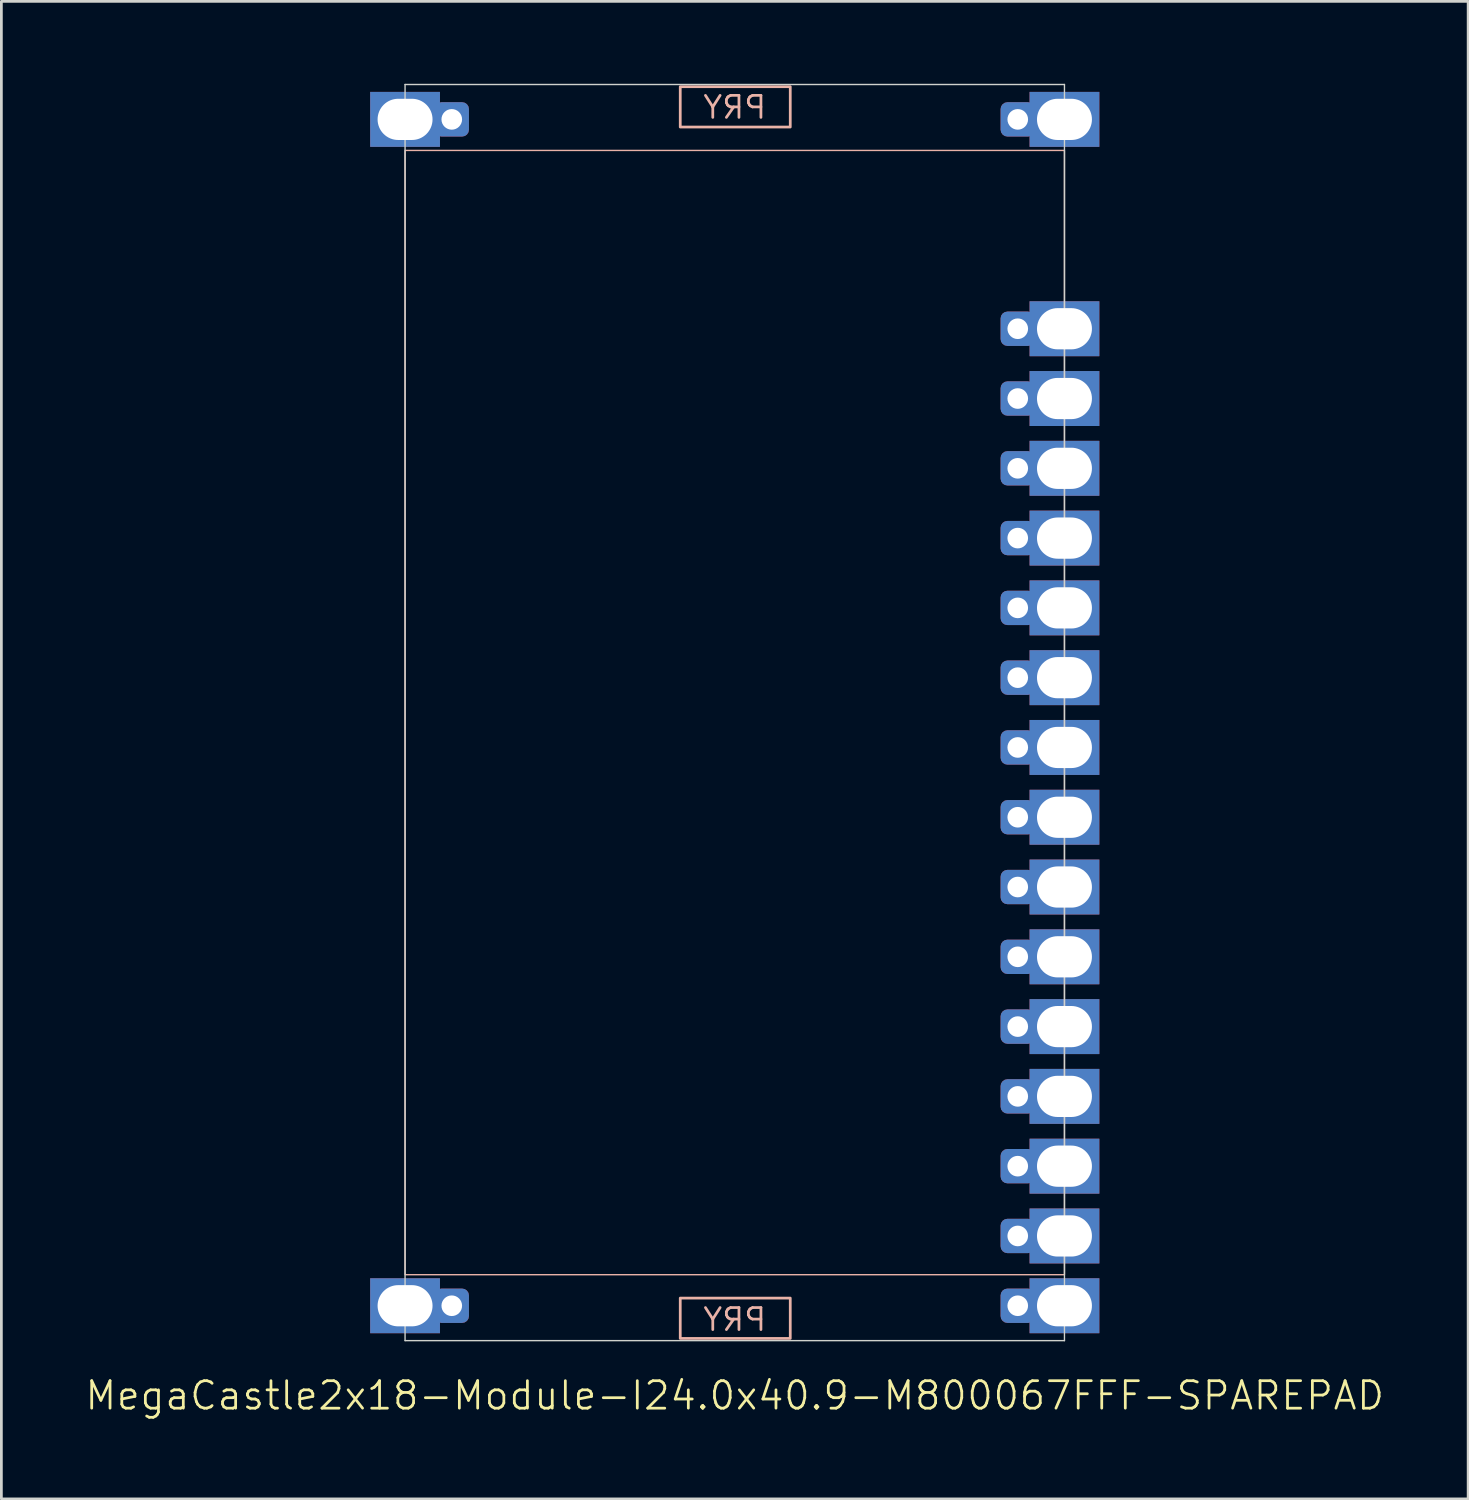
<source format=kicad_pcb>
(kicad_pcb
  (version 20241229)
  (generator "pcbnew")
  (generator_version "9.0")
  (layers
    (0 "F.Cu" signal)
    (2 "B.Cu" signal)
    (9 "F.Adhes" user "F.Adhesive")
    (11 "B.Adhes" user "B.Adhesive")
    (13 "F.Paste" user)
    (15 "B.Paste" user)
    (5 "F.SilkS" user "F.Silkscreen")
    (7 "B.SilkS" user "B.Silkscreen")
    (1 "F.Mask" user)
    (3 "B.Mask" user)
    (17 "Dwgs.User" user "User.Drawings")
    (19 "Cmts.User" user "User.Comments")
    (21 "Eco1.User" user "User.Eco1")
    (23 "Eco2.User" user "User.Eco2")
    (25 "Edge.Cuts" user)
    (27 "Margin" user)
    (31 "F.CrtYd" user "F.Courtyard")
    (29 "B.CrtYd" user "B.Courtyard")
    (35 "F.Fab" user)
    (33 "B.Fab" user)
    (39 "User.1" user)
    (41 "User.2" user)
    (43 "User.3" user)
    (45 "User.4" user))
  (footprint "MegaCastle2x18-Module-I24.0x40.9-M800067FFF-SPAREPAD"
    (layer "F.Cu")
    (at 23.693 22.885)
    (property "Reference" "MegaCastle2x18-Module-I24.0x40.9-M800067FFF-SPAREPAD" (at 0 24.86 0) (unlocked yes) (layer "F.SilkS") (effects (font (size 1 1) (thickness 0.1))))
    (attr smd)
    (fp_rect (start -12 20.46) (end 12 -20.46) (stroke (width 0.05) (type default)) (fill no) (layer "B.SilkS"))
    (fp_rect (start -1.984 -21.311) (end 2.02 -22.78) (stroke (width 0.1) (type default)) (fill no) (layer "B.SilkS"))
    (fp_rect (start -1.984 21.311) (end 2.02 22.78) (stroke (width 0.1) (type default)) (fill no) (layer "B.SilkS"))
    (fp_line (start -12 -22.86) (end -12 22.86) (stroke (width 0.05) (type default)) (layer "Edge.Cuts"))
    (fp_line (start -12 -22.86) (end 12 -22.86) (stroke (width 0.05) (type default)) (layer "Edge.Cuts"))
    (fp_line (start -12 22.86) (end 12 22.86) (stroke (width 0.05) (type default)) (layer "Edge.Cuts"))
    (fp_line (start 12 -22.86) (end 12 22.86) (stroke (width 0.05) (type default)) (layer "Edge.Cuts"))
    (fp_text user "PRY" (at 0 22.56 0) (unlocked yes) (layer "B.SilkS") (effects (font (size 0.8 0.8) (thickness 0.1)) (justify bottom mirror)))
    (fp_text user "PRY" (at 0 -21.56 0) (unlocked yes) (layer "B.SilkS") (effects (font (size 0.8 0.8) (thickness 0.1)) (justify bottom mirror)))
    (pad "1" thru_hole rect (at -12 -21.59) (size 2.54 2) (drill oval 2 1.5) (property pad_prop_castellated) (layers "*.Cu" "*.Mask"))
    (pad "1" thru_hole roundrect (at -10.3 -21.59 180) (size 1.25 1.25) (drill 0.75) (layers "*.Cu" "*.Mask") (roundrect_rratio 0.2))
    (pad "18" thru_hole rect (at -12 21.59) (size 2.54 2) (drill oval 2 1.5) (property pad_prop_castellated) (layers "*.Cu" "*.Mask"))
    (pad "18" thru_hole roundrect (at -10.3 21.59 180) (size 1.25 1.25) (drill 0.75) (layers "*.Cu" "*.Mask") (roundrect_rratio 0.2))
    (pad "19" thru_hole roundrect (at 10.3 -21.59 180) (size 1.25 1.25) (drill 0.75) (layers "*.Cu" "*.Mask") (roundrect_rratio 0.2))
    (pad "19" thru_hole rect (at 12 -21.59) (size 2.54 2) (drill oval 2 1.5) (property pad_prop_castellated) (layers "*.Cu" "*.Mask"))
    (pad "22" thru_hole roundrect (at 10.3 -13.97 180) (size 1.25 1.25) (drill 0.75) (layers "*.Cu" "*.Mask") (roundrect_rratio 0.2))
    (pad "22" thru_hole rect (at 12 -13.97) (size 2.54 2) (drill oval 2 1.5) (property pad_prop_castellated) (layers "*.Cu" "*.Mask"))
    (pad "23" thru_hole roundrect (at 10.3 -11.43 180) (size 1.25 1.25) (drill 0.75) (layers "*.Cu" "*.Mask") (roundrect_rratio 0.2))
    (pad "23" thru_hole rect (at 12 -11.43) (size 2.54 2) (drill oval 2 1.5) (property pad_prop_castellated) (layers "*.Cu" "*.Mask"))
    (pad "24" thru_hole roundrect (at 10.3 -8.89 180) (size 1.25 1.25) (drill 0.75) (layers "*.Cu" "*.Mask") (roundrect_rratio 0.2))
    (pad "24" thru_hole rect (at 12 -8.89) (size 2.54 2) (drill oval 2 1.5) (property pad_prop_castellated) (layers "*.Cu" "*.Mask"))
    (pad "25" thru_hole roundrect (at 10.3 -6.35 180) (size 1.25 1.25) (drill 0.75) (layers "*.Cu" "*.Mask") (roundrect_rratio 0.2))
    (pad "25" thru_hole rect (at 12 -6.35) (size 2.54 2) (drill oval 2 1.5) (property pad_prop_castellated) (layers "*.Cu" "*.Mask"))
    (pad "26" thru_hole roundrect (at 10.3 -3.81 180) (size 1.25 1.25) (drill 0.75) (layers "*.Cu" "*.Mask") (roundrect_rratio 0.2))
    (pad "26" thru_hole rect (at 12 -3.81) (size 2.54 2) (drill oval 2 1.5) (property pad_prop_castellated) (layers "*.Cu" "*.Mask"))
    (pad "27" thru_hole roundrect (at 10.3 -1.27 180) (size 1.25 1.25) (drill 0.75) (layers "*.Cu" "*.Mask") (roundrect_rratio 0.2))
    (pad "27" thru_hole rect (at 12 -1.27) (size 2.54 2) (drill oval 2 1.5) (property pad_prop_castellated) (layers "*.Cu" "*.Mask"))
    (pad "28" thru_hole roundrect (at 10.3 1.27 180) (size 1.25 1.25) (drill 0.75) (layers "*.Cu" "*.Mask") (roundrect_rratio 0.2))
    (pad "28" thru_hole rect (at 12 1.27) (size 2.54 2) (drill oval 2 1.5) (property pad_prop_castellated) (layers "*.Cu" "*.Mask"))
    (pad "29" thru_hole roundrect (at 10.3 3.81 180) (size 1.25 1.25) (drill 0.75) (layers "*.Cu" "*.Mask") (roundrect_rratio 0.2))
    (pad "29" thru_hole rect (at 12 3.81) (size 2.54 2) (drill oval 2 1.5) (property pad_prop_castellated) (layers "*.Cu" "*.Mask"))
    (pad "30" thru_hole roundrect (at 10.3 6.35 180) (size 1.25 1.25) (drill 0.75) (layers "*.Cu" "*.Mask") (roundrect_rratio 0.2))
    (pad "30" thru_hole rect (at 12 6.35) (size 2.54 2) (drill oval 2 1.5) (property pad_prop_castellated) (layers "*.Cu" "*.Mask"))
    (pad "31" thru_hole roundrect (at 10.3 8.89 180) (size 1.25 1.25) (drill 0.75) (layers "*.Cu" "*.Mask") (roundrect_rratio 0.2))
    (pad "31" thru_hole rect (at 12 8.89) (size 2.54 2) (drill oval 2 1.5) (property pad_prop_castellated) (layers "*.Cu" "*.Mask"))
    (pad "32" thru_hole roundrect (at 10.3 11.43 180) (size 1.25 1.25) (drill 0.75) (layers "*.Cu" "*.Mask") (roundrect_rratio 0.2))
    (pad "32" thru_hole rect (at 12 11.43) (size 2.54 2) (drill oval 2 1.5) (property pad_prop_castellated) (layers "*.Cu" "*.Mask"))
    (pad "33" thru_hole roundrect (at 10.3 13.97 180) (size 1.25 1.25) (drill 0.75) (layers "*.Cu" "*.Mask") (roundrect_rratio 0.2))
    (pad "33" thru_hole rect (at 12 13.97) (size 2.54 2) (drill oval 2 1.5) (property pad_prop_castellated) (layers "*.Cu" "*.Mask"))
    (pad "34" thru_hole roundrect (at 10.3 16.51 180) (size 1.25 1.25) (drill 0.75) (layers "*.Cu" "*.Mask") (roundrect_rratio 0.2))
    (pad "34" thru_hole rect (at 12 16.51) (size 2.54 2) (drill oval 2 1.5) (property pad_prop_castellated) (layers "*.Cu" "*.Mask"))
    (pad "35" thru_hole roundrect (at 10.3 19.05 180) (size 1.25 1.25) (drill 0.75) (layers "*.Cu" "*.Mask") (roundrect_rratio 0.2))
    (pad "35" thru_hole rect (at 12 19.05) (size 2.54 2) (drill oval 2 1.5) (property pad_prop_castellated) (layers "*.Cu" "*.Mask"))
    (pad "36" thru_hole roundrect (at 10.3 21.59 180) (size 1.25 1.25) (drill 0.75) (layers "*.Cu" "*.Mask") (roundrect_rratio 0.2))
    (pad "36" thru_hole rect (at 12 21.59) (size 2.54 2) (drill oval 2 1.5) (property pad_prop_castellated) (layers "*.Cu" "*.Mask"))
    (zone (net_name "") (layer "B.Cu") (hatch edge 0.5) (connect_pads) (min_thickness 0.25) (filled_areas_thickness no) (keepout (tracks allowed) (vias allowed) (pads allowed) (copperpour allowed) (footprints not_allowed)) (placement (enabled no)) (fill) (polygon (pts (xy 11.693 45.745) (xy 11.693 0.025))))
    (zone (net_name "") (layer "B.Cu") (hatch edge 0.5) (connect_pads) (min_thickness 0.25) (filled_areas_thickness no) (keepout (tracks allowed) (vias allowed) (pads allowed) (copperpour allowed) (footprints not_allowed)) (placement (enabled no)) (fill) (polygon (pts (xy 35.693 45.745) (xy 35.693 0.025))))
    (zone (net_name "") (layer "B.Cu") (hatch edge 0.5) (connect_pads) (min_thickness 0.25) (filled_areas_thickness no) (keepout (tracks allowed) (vias allowed) (pads allowed) (copperpour allowed) (footprints not_allowed)) (placement (enabled no)) (fill) (polygon (pts (xy 11.693 0.025) (xy 11.693 2.425) (xy 35.693 2.425) (xy 35.693 0.025))))
    (zone (net_name "") (layer "B.Cu") (hatch edge 0.5) (connect_pads) (min_thickness 0.25) (filled_areas_thickness no) (keepout (tracks allowed) (vias allowed) (pads allowed) (copperpour allowed) (footprints not_allowed)) (placement (enabled no)) (fill) (polygon (pts (xy 11.693 45.745) (xy 11.693 43.345) (xy 35.693 43.345) (xy 35.693 45.745))))
    (zone (net_name "") (layer "B.Cu") (name "Upper Pry Zone") (hatch edge 0.5) (connect_pads) (min_thickness 0.25) (filled_areas_thickness no) (keepout (tracks not_allowed) (vias not_allowed) (pads not_allowed) (copperpour allowed) (footprints not_allowed)) (placement (enabled no)) (fill) (polygon (pts (xy 21.709 1.574) (xy 21.709 0.105) (xy 25.712 0.105) (xy 25.712 1.574))))
    (zone (net_name "") (layer "B.Cu") (name "Upper Pry Zone") (hatch edge 0.5) (connect_pads) (min_thickness 0.25) (filled_areas_thickness no) (keepout (tracks not_allowed) (vias not_allowed) (pads not_allowed) (copperpour allowed) (footprints not_allowed)) (placement (enabled no)) (fill) (polygon (pts (xy 21.709 44.196) (xy 21.709 45.665) (xy 25.712 45.665) (xy 25.712 44.196)))))
  (gr_rect
    (start -3 -3)
    (end 50.386 51.506)
    (stroke (width 0.1) (type default))
    (fill no)
    (layer "Edge.Cuts")))
</source>
